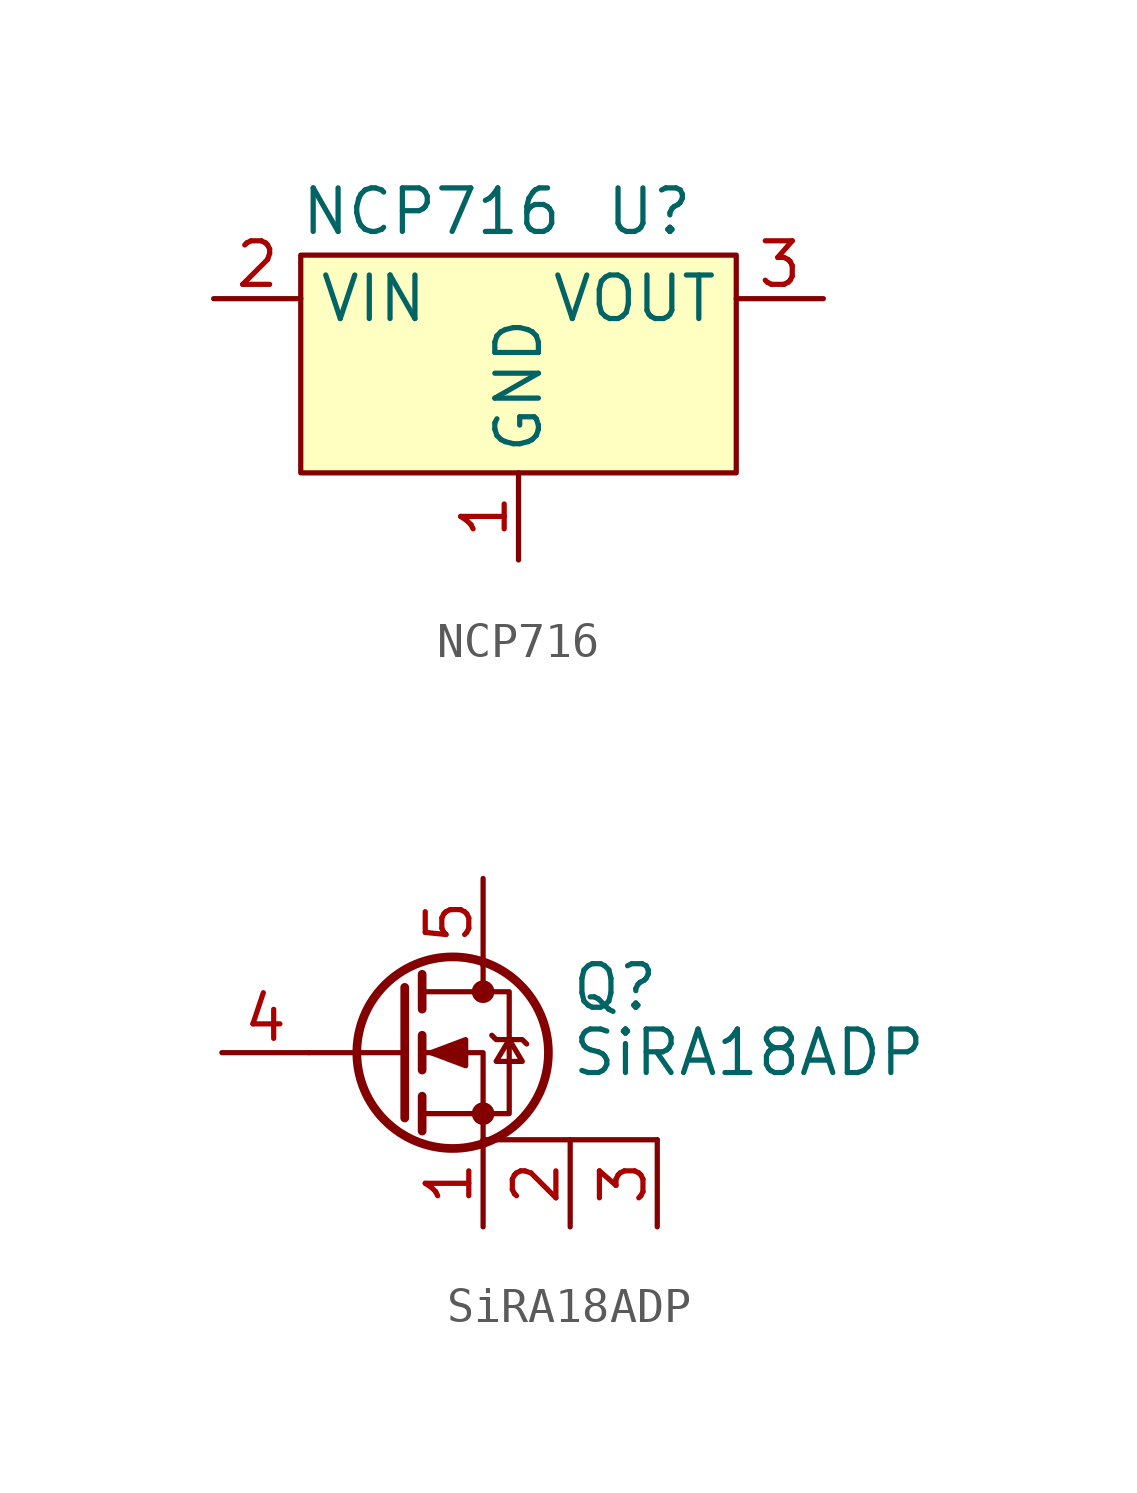
<source format=kicad_sym>
(kicad_symbol_lib
  (version 20211014)
  (generator kicad_symbol_editor)
  (symbol "NCP716"
    (property "Reference" "U"
      (at 3.81 2.54 0)
      (effects (font (size 1.27 1.27))))
    (property "Value" "NCP716"
      (at -2.54 2.54 0)
      (effects (font (size 1.27 1.27))))
    (symbol "NCP716_0_1"
      (rectangle (start -6.35 1.27) (end 6.35 -5.08) (stroke (width 0) (type default) (color 0 0 0 0)) (fill (type background))))
    (symbol "NCP716_1_1"
      (pin passive line (at 0 -7.62 90) (length 2.54) (name "GND" (effects (font (size 1.27 1.27)))) (number "1" (effects (font (size 1.27 1.27)))))
      (pin power_in line (at -8.89 0 0) (length 2.54) (name "VIN" (effects (font (size 1.27 1.27)))) (number "2" (effects (font (size 1.27 1.27)))))
      (pin power_out line (at 8.89 0 180) (length 2.54) (name "VOUT" (effects (font (size 1.27 1.27)))) (number "3" (effects (font (size 1.27 1.27)))))
      (pin no_connect line (at -2.54 -7.62 90) (length 2.54) hide (name "NC" (effects (font (size 1.27 1.27)))) (number "4" (effects (font (size 1.27 1.27)))))
      (pin no_connect line (at 2.54 -7.62 90) (length 2.54) hide (name "NC" (effects (font (size 1.27 1.27)))) (number "5" (effects (font (size 1.27 1.27)))))))
  (symbol "SiRA18ADP"
    (pin_names hide)
    (property "Reference" "Q"
      (at 5.08 1.905 0)
      (effects (font (size 1.27 1.27)) (justify left)))
    (property "Value" "SiRA18ADP"
      (at 5.08 0 0)
      (effects (font (size 1.27 1.27)) (justify left)))
    (symbol "SiRA18ADP_0_1"
      (polyline (pts (xy 0.254 0) (xy -2.54 0)) (stroke (width 0) (type default) (color 0 0 0 0)) (fill (type none)))
      (polyline (pts (xy 0.254 1.905) (xy 0.254 -1.905)) (stroke (width 0.254) (type default) (color 0 0 0 0)) (fill (type none)))
      (polyline (pts (xy 0.762 -1.27) (xy 0.762 -2.286)) (stroke (width 0.254) (type default) (color 0 0 0 0)) (fill (type none)))
      (polyline (pts (xy 0.762 0.508) (xy 0.762 -0.508)) (stroke (width 0.254) (type default) (color 0 0 0 0)) (fill (type none)))
      (polyline (pts (xy 0.762 2.286) (xy 0.762 1.27)) (stroke (width 0.254) (type default) (color 0 0 0 0)) (fill (type none)))
      (polyline (pts (xy 2.54 2.54) (xy 2.54 1.778)) (stroke (width 0) (type default) (color 0 0 0 0)) (fill (type none)))
      (polyline (pts (xy 2.54 -2.54) (xy 2.54 0) (xy 0.762 0)) (stroke (width 0) (type default) (color 0 0 0 0)) (fill (type none)))
      (polyline (pts (xy 7.62 -2.54) (xy 5.08 -2.54) (xy 2.54 -2.54)) (stroke (width 0) (type default) (color 0 0 0 0)) (fill (type none)))
      (polyline (pts (xy 0.762 -1.778) (xy 3.302 -1.778) (xy 3.302 1.778) (xy 0.762 1.778)) (stroke (width 0) (type default) (color 0 0 0 0)) (fill (type none)))
      (polyline (pts (xy 1.016 0) (xy 2.032 0.381) (xy 2.032 -0.381) (xy 1.016 0)) (stroke (width 0) (type default) (color 0 0 0 0)) (fill (type outline)))
      (polyline (pts (xy 2.794 0.508) (xy 2.921 0.381) (xy 3.683 0.381) (xy 3.81 0.254)) (stroke (width 0) (type default) (color 0 0 0 0)) (fill (type none)))
      (polyline (pts (xy 3.302 0.381) (xy 2.921 -0.254) (xy 3.683 -0.254) (xy 3.302 0.381)) (stroke (width 0) (type default) (color 0 0 0 0)) (fill (type none)))
      (circle (center 1.651 0) (radius 2.794) (stroke (width 0.254) (type default) (color 0 0 0 0)) (fill (type none)))
      (circle (center 2.54 -1.778) (radius 0.254) (stroke (width 0) (type default) (color 0 0 0 0)) (fill (type outline)))
      (circle (center 2.54 1.778) (radius 0.254) (stroke (width 0) (type default) (color 0 0 0 0)) (fill (type outline))))
    (symbol "SiRA18ADP_1_1"
      (pin passive line (at 2.54 -5.08 90) (length 2.54) (name "S" (effects (font (size 1.27 1.27)))) (number "1" (effects (font (size 1.27 1.27)))))
      (pin passive line (at 5.08 -5.08 90) (length 2.54) (name "S" (effects (font (size 1.27 1.27)))) (number "2" (effects (font (size 1.27 1.27)))))
      (pin passive line (at 7.62 -5.08 90) (length 2.54) (name "S" (effects (font (size 1.27 1.27)))) (number "3" (effects (font (size 1.27 1.27)))))
      (pin input line (at -5.08 0 0) (length 2.54) (name "G" (effects (font (size 1.27 1.27)))) (number "4" (effects (font (size 1.27 1.27)))))
      (pin passive line (at 2.54 5.08 270) (length 2.54) (name "D" (effects (font (size 1.27 1.27)))) (number "5" (effects (font (size 1.27 1.27))))))))
</source>
